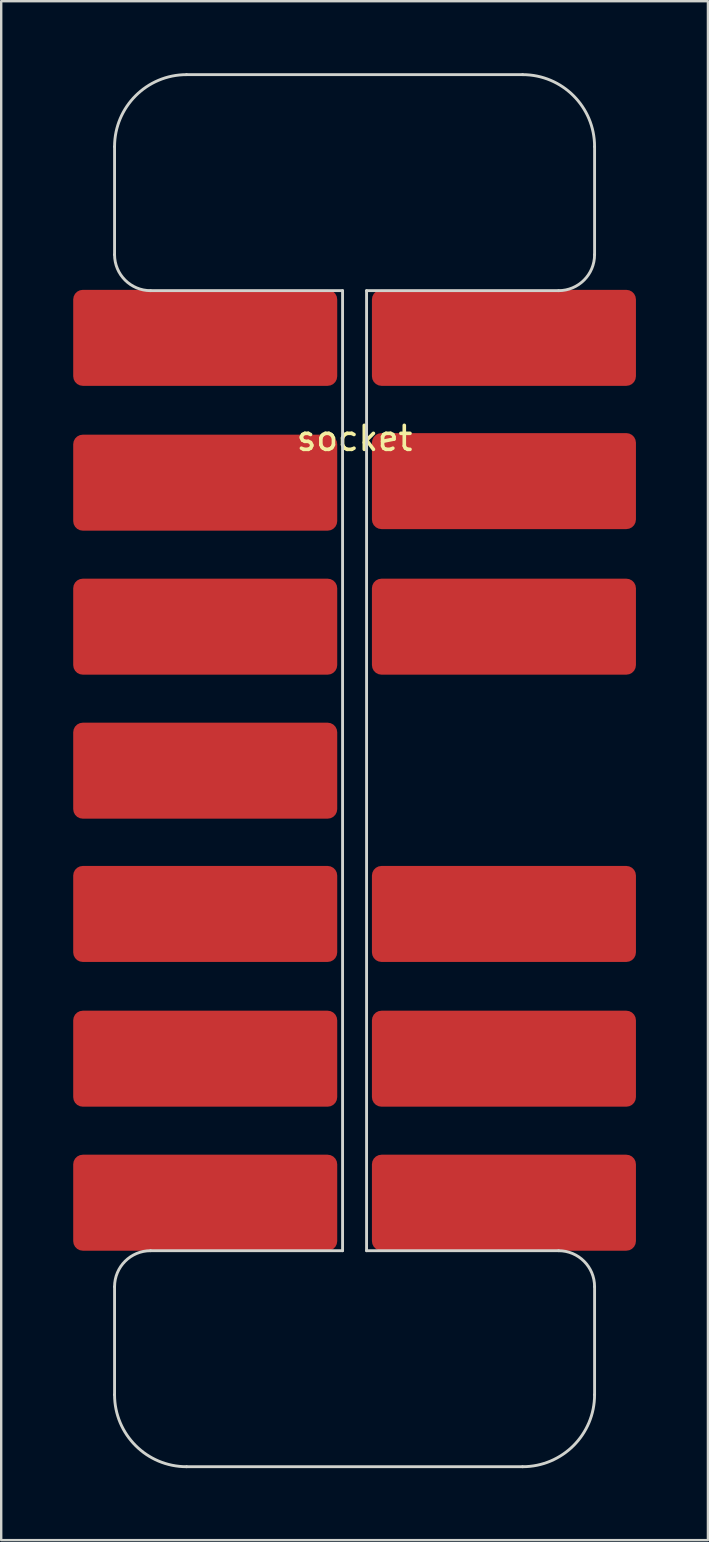
<source format=kicad_pcb>
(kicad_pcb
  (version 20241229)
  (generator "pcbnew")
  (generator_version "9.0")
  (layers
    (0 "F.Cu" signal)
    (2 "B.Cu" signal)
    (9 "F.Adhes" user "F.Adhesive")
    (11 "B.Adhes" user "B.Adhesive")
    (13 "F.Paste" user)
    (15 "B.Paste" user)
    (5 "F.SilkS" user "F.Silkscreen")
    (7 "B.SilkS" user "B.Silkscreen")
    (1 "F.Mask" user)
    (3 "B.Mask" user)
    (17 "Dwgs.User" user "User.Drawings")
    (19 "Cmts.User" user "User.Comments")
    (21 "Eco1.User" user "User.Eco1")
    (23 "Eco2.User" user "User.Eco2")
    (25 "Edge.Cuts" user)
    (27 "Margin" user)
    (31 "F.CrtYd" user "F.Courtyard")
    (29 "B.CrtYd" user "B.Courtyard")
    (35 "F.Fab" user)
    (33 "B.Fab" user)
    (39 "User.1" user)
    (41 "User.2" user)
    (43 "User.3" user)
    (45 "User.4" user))
  (footprint "socket"
    (layer "F.Cu")
    (at 11.723 29.06)
    (property "Reference" "socket" (at 0 -13.843 0) (unlocked yes) (layer "F.SilkS") (effects (font (size 1 1) (thickness 0.15))))
    (attr smd)
    (fp_line (start -10 -26) (end -10 -21.5) (stroke (width 0.12) (type solid)) (layer "Edge.Cuts"))
    (fp_line (start -10 26) (end -10 21.5) (stroke (width 0.12) (type solid)) (layer "Edge.Cuts"))
    (fp_line (start -8.5 -20) (end -0.5 -20) (stroke (width 0.12) (type solid)) (layer "Edge.Cuts"))
    (fp_line (start -8.5 20) (end -0.5 20) (stroke (width 0.12) (type solid)) (layer "Edge.Cuts"))
    (fp_line (start -7 -29) (end 7 -29) (stroke (width 0.12) (type solid)) (layer "Edge.Cuts"))
    (fp_line (start -7 29) (end 7 29) (stroke (width 0.12) (type solid)) (layer "Edge.Cuts"))
    (fp_line (start -0.5 20) (end -0.5 -20) (stroke (width 0.12) (type solid)) (layer "Edge.Cuts"))
    (fp_line (start 0.5 -20) (end 0.5 20) (stroke (width 0.12) (type solid)) (layer "Edge.Cuts"))
    (fp_line (start 8.5 -20) (end 0.5 -20) (stroke (width 0.12) (type solid)) (layer "Edge.Cuts"))
    (fp_line (start 8.5 20) (end 0.5 20) (stroke (width 0.12) (type solid)) (layer "Edge.Cuts"))
    (fp_line (start 10 -26) (end 10 -21.5) (stroke (width 0.12) (type solid)) (layer "Edge.Cuts"))
    (fp_line (start 10 26) (end 10 21.5) (stroke (width 0.12) (type solid)) (layer "Edge.Cuts"))
    (fp_arc (start -10 -26) (mid -9.12132 -28.12132) (end -7 -29) (stroke (width 0.12) (type solid)) (layer "Edge.Cuts"))
    (fp_arc (start -10 21.5) (mid -9.56066 20.43934) (end -8.5 20) (stroke (width 0.12) (type solid)) (layer "Edge.Cuts"))
    (fp_arc (start -8.5 -20) (mid -9.56066 -20.43934) (end -10 -21.5) (stroke (width 0.12) (type solid)) (layer "Edge.Cuts"))
    (fp_arc (start -7 29) (mid -9.12132 28.12132) (end -10 26) (stroke (width 0.12) (type solid)) (layer "Edge.Cuts"))
    (fp_arc (start 7 -29) (mid 9.12132 -28.12132) (end 10 -26) (stroke (width 0.12) (type solid)) (layer "Edge.Cuts"))
    (fp_arc (start 8.5 20) (mid 9.56066 20.43934) (end 10 21.5) (stroke (width 0.12) (type solid)) (layer "Edge.Cuts"))
    (fp_arc (start 10 -21.5) (mid 9.56066 -20.43934) (end 8.5 -20) (stroke (width 0.12) (type solid)) (layer "Edge.Cuts"))
    (fp_arc (start 10 26) (mid 9.12132 28.12132) (end 7 29) (stroke (width 0.12) (type solid)) (layer "Edge.Cuts"))
    (pad "1" smd roundrect (at -6.223 18) (size 11 4) (layers "F.Cu" "F.Mask") (roundrect_rratio 0.1))
    (pad "2" smd roundrect (at -6.223 12) (size 11 4) (layers "F.Cu" "F.Mask") (roundrect_rratio 0.1))
    (pad "3" smd roundrect (at -6.223 5.969) (size 11 4) (layers "F.Cu" "F.Mask") (roundrect_rratio 0.1))
    (pad "4" smd roundrect (at -6.223 0) (size 11 4) (layers "F.Cu" "F.Mask") (roundrect_rratio 0.1))
    (pad "5" smd roundrect (at -6.223 -6) (size 11 4) (layers "F.Cu" "F.Mask") (roundrect_rratio 0.1))
    (pad "6" smd roundrect (at -6.223 -12) (size 11 4) (layers "F.Cu" "F.Mask") (roundrect_rratio 0.1))
    (pad "7" smd roundrect (at -6.223 -18.034) (size 11 4) (layers "F.Cu" "F.Mask") (roundrect_rratio 0.1))
    (pad "8" smd roundrect (at 6.223 -18.034) (size 11 4) (layers "F.Cu" "F.Mask") (roundrect_rratio 0.1))
    (pad "9" smd roundrect (at 6.223 -12.065) (size 11 4) (layers "F.Cu" "F.Mask") (roundrect_rratio 0.1))
    (pad "10" smd roundrect (at 6.223 -6) (size 11 4) (layers "F.Cu" "F.Mask") (roundrect_rratio 0.1))
    (pad "12" smd roundrect (at 6.223 5.969) (size 11 4) (layers "F.Cu" "F.Mask") (roundrect_rratio 0.1))
    (pad "13" smd roundrect (at 6.223 12) (size 11 4) (layers "F.Cu" "F.Mask") (roundrect_rratio 0.1))
    (pad "14" smd roundrect (at 6.223 18) (size 11 4) (layers "F.Cu" "F.Mask") (roundrect_rratio 0.1)))
  (gr_rect
    (start -3 -3)
    (end 26.446 61.12)
    (stroke (width 0.1) (type default))
    (fill no)
    (layer "Edge.Cuts")))
</source>
